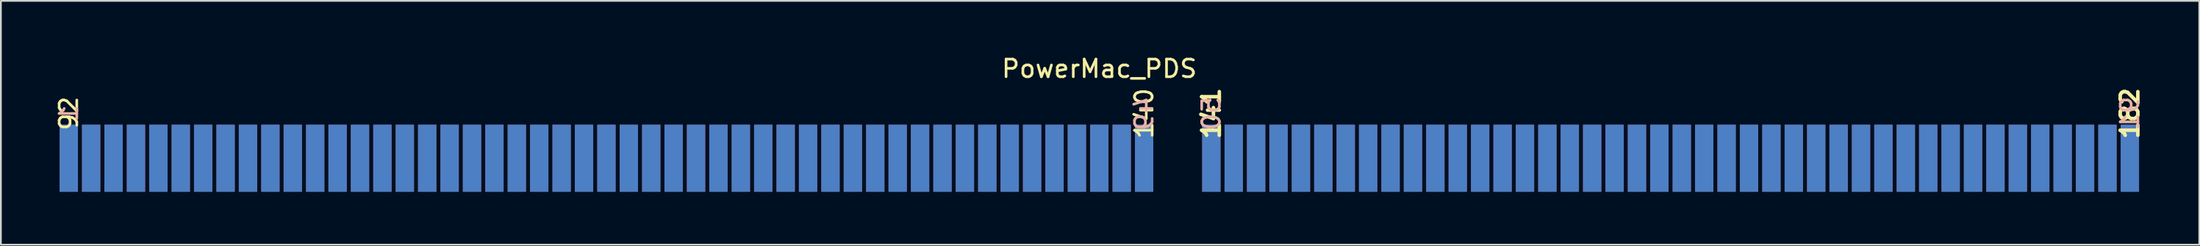
<source format=kicad_pcb>
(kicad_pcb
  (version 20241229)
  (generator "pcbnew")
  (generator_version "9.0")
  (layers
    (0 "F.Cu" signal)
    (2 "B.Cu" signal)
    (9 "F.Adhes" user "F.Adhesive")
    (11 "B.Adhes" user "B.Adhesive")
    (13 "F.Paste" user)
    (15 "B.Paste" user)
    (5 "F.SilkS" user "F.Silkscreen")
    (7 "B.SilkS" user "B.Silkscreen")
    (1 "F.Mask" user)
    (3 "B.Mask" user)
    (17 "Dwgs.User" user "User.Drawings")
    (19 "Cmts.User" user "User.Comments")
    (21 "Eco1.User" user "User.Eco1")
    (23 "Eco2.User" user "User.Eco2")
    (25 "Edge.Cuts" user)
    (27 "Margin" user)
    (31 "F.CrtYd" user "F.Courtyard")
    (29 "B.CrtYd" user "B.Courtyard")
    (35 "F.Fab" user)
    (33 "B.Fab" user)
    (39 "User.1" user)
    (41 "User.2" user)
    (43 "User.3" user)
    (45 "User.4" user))
  (footprint "PowerMac_PDS"
    (layer "F.Cu")
    (at 59.268 5.928)
    (property "Reference" "PowerMac_PDS" (at 0 -5.08 0) (layer "F.SilkS") (effects (font (size 1 1) (thickness 0.15))))
    (attr through_hole)
    (fp_text user "92" (at -58.42 -2.54 90) (layer "F.SilkS") (effects (font (size 1 1) (thickness 0.15))))
    (fp_text user "182" (at 58.42 -2.54 90) (layer "F.SilkS") (effects (font (size 1 1) (thickness 0.2))))
    (fp_text user "140" (at 2.54 -2.54 90) (layer "F.SilkS") (effects (font (size 1 1) (thickness 0.15))))
    (fp_text user "141" (at 6.35 -2.54 90) (layer "F.SilkS") (effects (font (size 1 1) (thickness 0.2))))
    (fp_text user "1" (at -58.42 -2.54 90) (layer "B.SilkS") (effects (font (size 1 1) (thickness 0.15)) (justify mirror)))
    (fp_text user "91" (at 58.42 -2.54 90) (layer "B.SilkS") (effects (font (size 1 1) (thickness 0.15)) (justify mirror)))
    (fp_text user "50" (at 6.35 -2.54 90) (layer "B.SilkS") (effects (font (size 1 1) (thickness 0.15)) (justify mirror)))
    (fp_text user "49" (at 2.54 -2.54 90) (layer "B.SilkS") (effects (font (size 1 1) (thickness 0.15)) (justify mirror)))
    (pad "1" connect rect (at -58.42 0) (size 1.04 3.81) (layers "B.Cu" "B.Mask"))
    (pad "2" connect rect (at -57.15 0) (size 1.04 3.81) (layers "B.Cu" "B.Mask"))
    (pad "3" connect rect (at -55.88 0) (size 1.04 3.81) (layers "B.Cu" "B.Mask"))
    (pad "4" connect rect (at -54.61 0) (size 1.04 3.81) (layers "B.Cu" "B.Mask"))
    (pad "5" connect rect (at -53.34 0) (size 1.04 3.81) (layers "B.Cu" "B.Mask"))
    (pad "6" connect rect (at -52.07 0) (size 1.04 3.81) (layers "B.Cu" "B.Mask"))
    (pad "7" connect rect (at -50.8 0) (size 1.04 3.81) (layers "B.Cu" "B.Mask"))
    (pad "8" connect rect (at -49.53 0) (size 1.04 3.81) (layers "B.Cu" "B.Mask"))
    (pad "9" connect rect (at -48.26 0) (size 1.04 3.81) (layers "B.Cu" "B.Mask"))
    (pad "10" connect rect (at -46.99 0) (size 1.04 3.81) (layers "B.Cu" "B.Mask"))
    (pad "11" connect rect (at -45.72 0) (size 1.04 3.81) (layers "B.Cu" "B.Mask"))
    (pad "12" connect rect (at -44.45 0) (size 1.04 3.81) (layers "B.Cu" "B.Mask"))
    (pad "13" connect rect (at -43.18 0) (size 1.04 3.81) (layers "B.Cu" "B.Mask"))
    (pad "14" connect rect (at -41.91 0) (size 1.04 3.81) (layers "B.Cu" "B.Mask"))
    (pad "15" connect rect (at -40.64 0) (size 1.04 3.81) (layers "B.Cu" "B.Mask"))
    (pad "16" connect rect (at -39.37 0) (size 1.04 3.81) (layers "B.Cu" "B.Mask"))
    (pad "17" connect rect (at -38.1 0) (size 1.04 3.81) (layers "B.Cu" "B.Mask"))
    (pad "18" connect rect (at -36.83 0) (size 1.04 3.81) (layers "B.Cu" "B.Mask"))
    (pad "19" connect rect (at -35.56 0) (size 1.04 3.81) (layers "B.Cu" "B.Mask"))
    (pad "20" connect rect (at -34.29 0) (size 1.04 3.81) (layers "B.Cu" "B.Mask"))
    (pad "21" connect rect (at -33.02 0) (size 1.04 3.81) (layers "B.Cu" "B.Mask"))
    (pad "22" connect rect (at -31.75 0) (size 1.04 3.81) (layers "B.Cu" "B.Mask"))
    (pad "23" connect rect (at -30.48 0) (size 1.04 3.81) (layers "B.Cu" "B.Mask"))
    (pad "24" connect rect (at -29.21 0) (size 1.04 3.81) (layers "B.Cu" "B.Mask"))
    (pad "25" connect rect (at -27.94 0) (size 1.04 3.81) (layers "B.Cu" "B.Mask"))
    (pad "26" connect rect (at -26.67 0) (size 1.04 3.81) (layers "B.Cu" "B.Mask"))
    (pad "27" connect rect (at -25.4 0) (size 1.04 3.81) (layers "B.Cu" "B.Mask"))
    (pad "28" connect rect (at -24.13 0) (size 1.04 3.81) (layers "B.Cu" "B.Mask"))
    (pad "29" connect rect (at -22.86 0) (size 1.04 3.81) (layers "B.Cu" "B.Mask"))
    (pad "30" connect rect (at -21.59 0) (size 1.04 3.81) (layers "B.Cu" "B.Mask"))
    (pad "31" connect rect (at -20.32 0) (size 1.04 3.81) (layers "B.Cu" "B.Mask"))
    (pad "32" connect rect (at -19.05 0) (size 1.04 3.81) (layers "B.Cu" "B.Mask"))
    (pad "33" connect rect (at -17.78 0) (size 1.04 3.81) (layers "B.Cu" "B.Mask"))
    (pad "34" connect rect (at -16.51 0) (size 1.04 3.81) (layers "B.Cu" "B.Mask"))
    (pad "35" connect rect (at -15.24 0) (size 1.04 3.81) (layers "B.Cu" "B.Mask"))
    (pad "36" connect rect (at -13.97 0) (size 1.04 3.81) (layers "B.Cu" "B.Mask"))
    (pad "37" connect rect (at -12.7 0) (size 1.04 3.81) (layers "B.Cu" "B.Mask"))
    (pad "38" connect rect (at -11.43 0) (size 1.04 3.81) (layers "B.Cu" "B.Mask"))
    (pad "39" connect rect (at -10.16 0) (size 1.04 3.81) (layers "B.Cu" "B.Mask"))
    (pad "40" connect rect (at -8.89 0) (size 1.04 3.81) (layers "B.Cu" "B.Mask"))
    (pad "41" connect rect (at -7.62 0) (size 1.04 3.81) (layers "B.Cu" "B.Mask"))
    (pad "42" connect rect (at -6.35 0) (size 1.04 3.81) (layers "B.Cu" "B.Mask"))
    (pad "43" connect rect (at -5.08 0) (size 1.04 3.81) (layers "B.Cu" "B.Mask"))
    (pad "44" connect rect (at -3.81 0) (size 1.04 3.81) (layers "B.Cu" "B.Mask"))
    (pad "45" connect rect (at -2.54 0) (size 1.04 3.81) (layers "B.Cu" "B.Mask"))
    (pad "46" connect rect (at -1.27 0) (size 1.04 3.81) (layers "B.Cu" "B.Mask"))
    (pad "47" connect rect (at 0 0) (size 1.04 3.81) (layers "B.Cu" "B.Mask"))
    (pad "48" connect rect (at 1.27 0) (size 1.04 3.81) (layers "B.Cu" "B.Mask"))
    (pad "49" connect rect (at 2.54 0) (size 1.04 3.81) (layers "B.Cu" "B.Mask"))
    (pad "50" connect rect (at 6.35 0) (size 1.04 3.81) (layers "B.Cu" "B.Mask"))
    (pad "51" connect rect (at 7.62 0) (size 1.04 3.81) (layers "B.Cu" "B.Mask"))
    (pad "52" connect rect (at 8.89 0) (size 1.04 3.81) (layers "B.Cu" "B.Mask"))
    (pad "53" connect rect (at 10.16 0) (size 1.04 3.81) (layers "B.Cu" "B.Mask"))
    (pad "54" connect rect (at 11.43 0) (size 1.04 3.81) (layers "B.Cu" "B.Mask"))
    (pad "55" connect rect (at 12.7 0) (size 1.04 3.81) (layers "B.Cu" "B.Mask"))
    (pad "56" connect rect (at 13.97 0) (size 1.04 3.81) (layers "B.Cu" "B.Mask"))
    (pad "57" connect rect (at 15.24 0) (size 1.04 3.81) (layers "B.Cu" "B.Mask"))
    (pad "58" connect rect (at 16.51 0) (size 1.04 3.81) (layers "B.Cu" "B.Mask"))
    (pad "59" connect rect (at 17.78 0) (size 1.04 3.81) (layers "B.Cu" "B.Mask"))
    (pad "60" connect rect (at 19.05 0) (size 1.04 3.81) (layers "B.Cu" "B.Mask"))
    (pad "61" connect rect (at 20.32 0) (size 1.04 3.81) (layers "B.Cu" "B.Mask"))
    (pad "62" connect rect (at 21.59 0) (size 1.04 3.81) (layers "B.Cu" "B.Mask"))
    (pad "63" connect rect (at 22.86 0) (size 1.04 3.81) (layers "B.Cu" "B.Mask"))
    (pad "64" connect rect (at 24.13 0) (size 1.04 3.81) (layers "B.Cu" "B.Mask"))
    (pad "65" connect rect (at 25.4 0) (size 1.04 3.81) (layers "B.Cu" "B.Mask"))
    (pad "66" connect rect (at 26.67 0) (size 1.04 3.81) (layers "B.Cu" "B.Mask"))
    (pad "67" connect rect (at 27.94 0) (size 1.04 3.81) (layers "B.Cu" "B.Mask"))
    (pad "68" connect rect (at 29.21 0) (size 1.04 3.81) (layers "B.Cu" "B.Mask"))
    (pad "69" connect rect (at 30.48 0) (size 1.04 3.81) (layers "B.Cu" "B.Mask"))
    (pad "70" connect rect (at 31.75 0) (size 1.04 3.81) (layers "B.Cu" "B.Mask"))
    (pad "71" connect rect (at 33.02 0) (size 1.04 3.81) (layers "B.Cu" "B.Mask"))
    (pad "72" connect rect (at 34.29 0) (size 1.04 3.81) (layers "B.Cu" "B.Mask"))
    (pad "73" connect rect (at 35.56 0) (size 1.04 3.81) (layers "B.Cu" "B.Mask"))
    (pad "74" connect rect (at 36.83 0) (size 1.04 3.81) (layers "B.Cu" "B.Mask"))
    (pad "75" connect rect (at 38.1 0) (size 1.04 3.81) (layers "B.Cu" "B.Mask"))
    (pad "76" connect rect (at 39.37 0) (size 1.04 3.81) (layers "B.Cu" "B.Mask"))
    (pad "77" connect rect (at 40.64 0) (size 1.04 3.81) (layers "B.Cu" "B.Mask"))
    (pad "78" connect rect (at 41.91 0) (size 1.04 3.81) (layers "B.Cu" "B.Mask"))
    (pad "79" connect rect (at 43.18 0) (size 1.04 3.81) (layers "B.Cu" "B.Mask"))
    (pad "80" connect rect (at 44.45 0) (size 1.04 3.81) (layers "B.Cu" "B.Mask"))
    (pad "81" connect rect (at 45.72 0) (size 1.04 3.81) (layers "B.Cu" "B.Mask"))
    (pad "82" connect rect (at 46.99 0) (size 1.04 3.81) (layers "B.Cu" "B.Mask"))
    (pad "83" connect rect (at 48.26 0) (size 1.04 3.81) (layers "B.Cu" "B.Mask"))
    (pad "84" connect rect (at 49.53 0) (size 1.04 3.81) (layers "B.Cu" "B.Mask"))
    (pad "85" connect rect (at 50.8 0) (size 1.04 3.81) (layers "B.Cu" "B.Mask"))
    (pad "86" connect rect (at 52.07 0) (size 1.04 3.81) (layers "B.Cu" "B.Mask"))
    (pad "87" connect rect (at 53.34 0) (size 1.04 3.81) (layers "B.Cu" "B.Mask"))
    (pad "88" connect rect (at 54.61 0) (size 1.04 3.81) (layers "B.Cu" "B.Mask"))
    (pad "89" connect rect (at 55.88 0) (size 1.04 3.81) (layers "B.Cu" "B.Mask"))
    (pad "90" connect rect (at 57.15 0) (size 1.04 3.81) (layers "B.Cu" "B.Mask"))
    (pad "91" connect rect (at 58.42 0) (size 1.04 3.81) (layers "B.Cu" "B.Mask"))
    (pad "92" connect rect (at -58.42 0) (size 1.04 3.81) (layers "F.Cu" "F.Mask"))
    (pad "93" connect rect (at -57.15 0) (size 1.04 3.81) (layers "F.Cu" "F.Mask"))
    (pad "94" connect rect (at -55.88 0) (size 1.04 3.81) (layers "F.Cu" "F.Mask"))
    (pad "95" connect rect (at -54.61 0) (size 1.04 3.81) (layers "F.Cu" "F.Mask"))
    (pad "96" connect rect (at -53.34 0) (size 1.04 3.81) (layers "F.Cu" "F.Mask"))
    (pad "97" connect rect (at -52.07 0) (size 1.04 3.81) (layers "F.Cu" "F.Mask"))
    (pad "98" connect rect (at -50.8 0) (size 1.04 3.81) (layers "F.Cu" "F.Mask"))
    (pad "99" connect rect (at -49.53 0) (size 1.04 3.81) (layers "F.Cu" "F.Mask"))
    (pad "100" connect rect (at -48.26 0) (size 1.04 3.81) (layers "F.Cu" "F.Mask"))
    (pad "101" connect rect (at -46.99 0) (size 1.04 3.81) (layers "F.Cu" "F.Mask"))
    (pad "102" connect rect (at -45.72 0) (size 1.04 3.81) (layers "F.Cu" "F.Mask"))
    (pad "103" connect rect (at -44.45 0) (size 1.04 3.81) (layers "F.Cu" "F.Mask"))
    (pad "104" connect rect (at -43.18 0) (size 1.04 3.81) (layers "F.Cu" "F.Mask"))
    (pad "105" connect rect (at -41.91 0) (size 1.04 3.81) (layers "F.Cu" "F.Mask"))
    (pad "106" connect rect (at -40.64 0) (size 1.04 3.81) (layers "F.Cu" "F.Mask"))
    (pad "107" connect rect (at -39.37 0) (size 1.04 3.81) (layers "F.Cu" "F.Mask"))
    (pad "108" connect rect (at -38.1 0) (size 1.04 3.81) (layers "F.Cu" "F.Mask"))
    (pad "109" connect rect (at -36.83 0) (size 1.04 3.81) (layers "F.Cu" "F.Mask"))
    (pad "110" connect rect (at -35.56 0) (size 1.04 3.81) (layers "F.Cu" "F.Mask"))
    (pad "111" connect rect (at -34.29 0) (size 1.04 3.81) (layers "F.Cu" "F.Mask"))
    (pad "112" connect rect (at -33.02 0) (size 1.04 3.81) (layers "F.Cu" "F.Mask"))
    (pad "113" connect rect (at -31.75 0) (size 1.04 3.81) (layers "F.Cu" "F.Mask"))
    (pad "114" connect rect (at -30.48 0) (size 1.04 3.81) (layers "F.Cu" "F.Mask"))
    (pad "115" connect rect (at -29.21 0) (size 1.04 3.81) (layers "F.Cu" "F.Mask"))
    (pad "116" connect rect (at -27.94 0) (size 1.04 3.81) (layers "F.Cu" "F.Mask"))
    (pad "117" connect rect (at -26.67 0) (size 1.04 3.81) (layers "F.Cu" "F.Mask"))
    (pad "118" connect rect (at -25.4 0) (size 1.04 3.81) (layers "F.Cu" "F.Mask"))
    (pad "119" connect rect (at -24.13 0) (size 1.04 3.81) (layers "F.Cu" "F.Mask"))
    (pad "120" connect rect (at -22.86 0) (size 1.04 3.81) (layers "F.Cu" "F.Mask"))
    (pad "121" connect rect (at -21.59 0) (size 1.04 3.81) (layers "F.Cu" "F.Mask"))
    (pad "122" connect rect (at -20.32 0) (size 1.04 3.81) (layers "F.Cu" "F.Mask"))
    (pad "123" connect rect (at -19.05 0) (size 1.04 3.81) (layers "F.Cu" "F.Mask"))
    (pad "124" connect rect (at -17.78 0) (size 1.04 3.81) (layers "F.Cu" "F.Mask"))
    (pad "125" connect rect (at -16.51 0) (size 1.04 3.81) (layers "F.Cu" "F.Mask"))
    (pad "126" connect rect (at -15.24 0) (size 1.04 3.81) (layers "F.Cu" "F.Mask"))
    (pad "127" connect rect (at -13.97 0) (size 1.04 3.81) (layers "F.Cu" "F.Mask"))
    (pad "128" connect rect (at -12.7 0) (size 1.04 3.81) (layers "F.Cu" "F.Mask"))
    (pad "129" connect rect (at -11.43 0) (size 1.04 3.81) (layers "F.Cu" "F.Mask"))
    (pad "130" connect rect (at -10.16 0) (size 1.04 3.81) (layers "F.Cu" "F.Mask"))
    (pad "131" connect rect (at -8.89 0) (size 1.04 3.81) (layers "F.Cu" "F.Mask"))
    (pad "132" connect rect (at -7.62 0) (size 1.04 3.81) (layers "F.Cu" "F.Mask"))
    (pad "133" connect rect (at -6.35 0) (size 1.04 3.81) (layers "F.Cu" "F.Mask"))
    (pad "134" connect rect (at -5.08 0) (size 1.04 3.81) (layers "F.Cu" "F.Mask"))
    (pad "135" connect rect (at -3.81 0) (size 1.04 3.81) (layers "F.Cu" "F.Mask"))
    (pad "136" connect rect (at -2.54 0) (size 1.04 3.81) (layers "F.Cu" "F.Mask"))
    (pad "137" connect rect (at -1.27 0) (size 1.04 3.81) (layers "F.Cu" "F.Mask"))
    (pad "138" connect rect (at 0 0) (size 1.04 3.81) (layers "F.Cu" "F.Mask"))
    (pad "139" connect rect (at 1.27 0) (size 1.04 3.81) (layers "F.Cu" "F.Mask"))
    (pad "140" connect rect (at 2.54 0) (size 1.04 3.81) (layers "F.Cu" "F.Mask"))
    (pad "141" connect rect (at 6.35 0) (size 1.04 3.81) (layers "F.Cu" "F.Mask"))
    (pad "142" connect rect (at 7.62 0) (size 1.04 3.81) (layers "F.Cu" "F.Mask"))
    (pad "143" connect rect (at 8.89 0) (size 1.04 3.81) (layers "F.Cu" "F.Mask"))
    (pad "144" connect rect (at 10.16 0) (size 1.04 3.81) (layers "F.Cu" "F.Mask"))
    (pad "145" connect rect (at 11.43 0) (size 1.04 3.81) (layers "F.Cu" "F.Mask"))
    (pad "146" connect rect (at 12.7 0) (size 1.04 3.81) (layers "F.Cu" "F.Mask"))
    (pad "147" connect rect (at 13.97 0) (size 1.04 3.81) (layers "F.Cu" "F.Mask"))
    (pad "148" connect rect (at 15.24 0) (size 1.04 3.81) (layers "F.Cu" "F.Mask"))
    (pad "149" connect rect (at 16.51 0) (size 1.04 3.81) (layers "F.Cu" "F.Mask"))
    (pad "150" connect rect (at 17.78 0) (size 1.04 3.81) (layers "F.Cu" "F.Mask"))
    (pad "151" connect rect (at 19.05 0) (size 1.04 3.81) (layers "F.Cu" "F.Mask"))
    (pad "152" connect rect (at 20.32 0) (size 1.04 3.81) (layers "F.Cu" "F.Mask"))
    (pad "153" connect rect (at 21.59 0) (size 1.04 3.81) (layers "F.Cu" "F.Mask"))
    (pad "154" connect rect (at 22.86 0) (size 1.04 3.81) (layers "F.Cu" "F.Mask"))
    (pad "155" connect rect (at 24.13 0) (size 1.04 3.81) (layers "F.Cu" "F.Mask"))
    (pad "156" connect rect (at 25.4 0) (size 1.04 3.81) (layers "F.Cu" "F.Mask"))
    (pad "157" connect rect (at 26.67 0) (size 1.04 3.81) (layers "F.Cu" "F.Mask"))
    (pad "158" connect rect (at 27.94 0) (size 1.04 3.81) (layers "F.Cu" "F.Mask"))
    (pad "159" connect rect (at 29.21 0) (size 1.04 3.81) (layers "F.Cu" "F.Mask"))
    (pad "160" connect rect (at 30.48 0) (size 1.04 3.81) (layers "F.Cu" "F.Mask"))
    (pad "161" connect rect (at 31.75 0) (size 1.04 3.81) (layers "F.Cu" "F.Mask"))
    (pad "162" connect rect (at 33.02 0) (size 1.04 3.81) (layers "F.Cu" "F.Mask"))
    (pad "163" connect rect (at 34.29 0) (size 1.04 3.81) (layers "F.Cu" "F.Mask"))
    (pad "164" connect rect (at 35.56 0) (size 1.04 3.81) (layers "F.Cu" "F.Mask"))
    (pad "165" connect rect (at 36.83 0) (size 1.04 3.81) (layers "F.Cu" "F.Mask"))
    (pad "166" connect rect (at 38.1 0) (size 1.04 3.81) (layers "F.Cu" "F.Mask"))
    (pad "167" connect rect (at 39.37 0) (size 1.04 3.81) (layers "F.Cu" "F.Mask"))
    (pad "168" connect rect (at 40.64 0) (size 1.04 3.81) (layers "F.Cu" "F.Mask"))
    (pad "169" connect rect (at 41.91 0) (size 1.04 3.81) (layers "F.Cu" "F.Mask"))
    (pad "170" connect rect (at 43.18 0) (size 1.04 3.81) (layers "F.Cu" "F.Mask"))
    (pad "171" connect rect (at 44.45 0) (size 1.04 3.81) (layers "F.Cu" "F.Mask"))
    (pad "172" connect rect (at 45.72 0) (size 1.04 3.81) (layers "F.Cu" "F.Mask"))
    (pad "173" connect rect (at 46.99 0) (size 1.04 3.81) (layers "F.Cu" "F.Mask"))
    (pad "174" connect rect (at 48.26 0) (size 1.04 3.81) (layers "F.Cu" "F.Mask"))
    (pad "175" connect rect (at 49.53 0) (size 1.04 3.81) (layers "F.Cu" "F.Mask"))
    (pad "176" connect rect (at 50.8 0) (size 1.04 3.81) (layers "F.Cu" "F.Mask"))
    (pad "177" connect rect (at 52.07 0) (size 1.04 3.81) (layers "F.Cu" "F.Mask"))
    (pad "178" connect rect (at 53.34 0) (size 1.04 3.81) (layers "F.Cu" "F.Mask"))
    (pad "179" connect rect (at 54.61 0) (size 1.04 3.81) (layers "F.Cu" "F.Mask"))
    (pad "180" connect rect (at 55.88 0) (size 1.04 3.81) (layers "F.Cu" "F.Mask"))
    (pad "181" connect rect (at 57.15 0) (size 1.04 3.81) (layers "F.Cu" "F.Mask"))
    (pad "182" connect rect (at 58.42 0) (size 1.04 3.81) (layers "F.Cu" "F.Mask")))
  (gr_rect
    (start -3 -3)
    (end 121.624 10.833)
    (stroke (width 0.1) (type default))
    (fill no)
    (layer "Edge.Cuts")))
</source>
